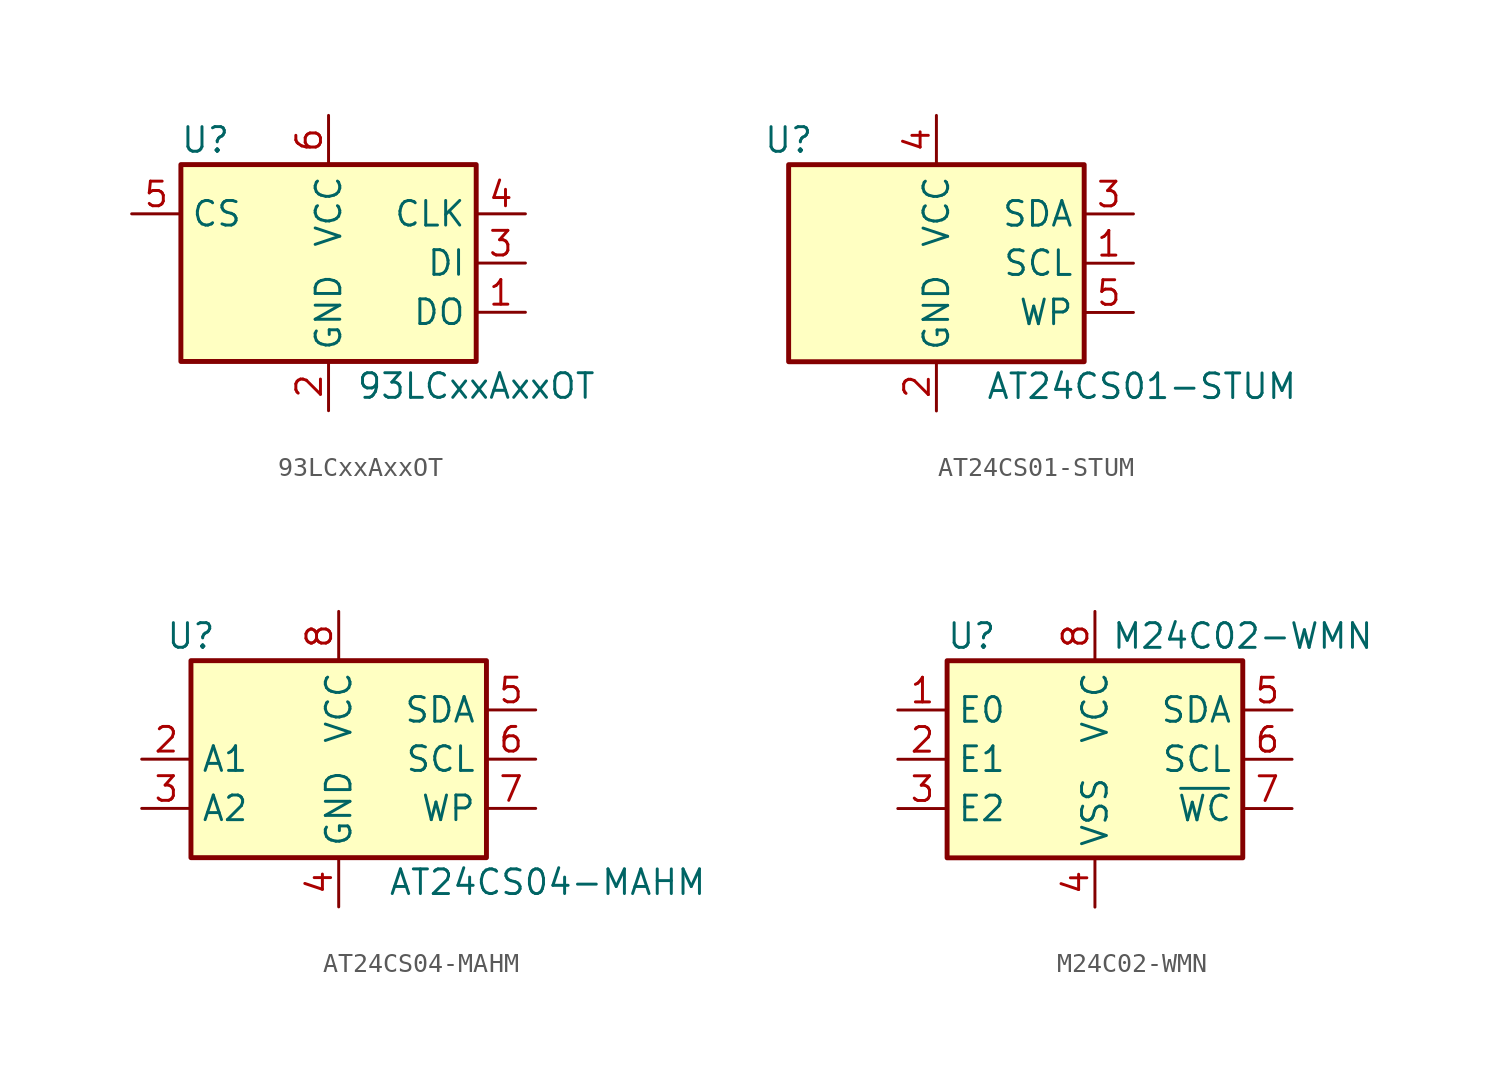
<source format=kicad_sym>
(kicad_symbol_lib
  (version 20201005)
  (generator kicad_symbol_editor)
  (symbol "Memory_EEPROM:93LCxxAxxOT"
    (property "Reference" "U"
      (at -6.35 6.35 0)
      (effects (font (size 1.27 1.27))))
    (property "Value" "93LCxxAxxOT"
      (at 7.62 -6.35 0)
      (effects (font (size 1.27 1.27))))
    (symbol "93LCxxAxxOT_0_1"
      (rectangle (start -7.62 5.08) (end 7.62 -5.08) (stroke (width 0.254)) (fill (type background))))
    (symbol "93LCxxAxxOT_1_1"
      (pin tri_state line (at 10.16 -2.54 180) (length 2.54) (name "DO" (effects (font (size 1.27 1.27)))) (number "1" (effects (font (size 1.27 1.27)))))
      (pin power_in line (at 0 -7.62 90) (length 2.54) (name "GND" (effects (font (size 1.27 1.27)))) (number "2" (effects (font (size 1.27 1.27)))))
      (pin input line (at 10.16 0 180) (length 2.54) (name "DI" (effects (font (size 1.27 1.27)))) (number "3" (effects (font (size 1.27 1.27)))))
      (pin input line (at 10.16 2.54 180) (length 2.54) (name "CLK" (effects (font (size 1.27 1.27)))) (number "4" (effects (font (size 1.27 1.27)))))
      (pin input line (at -10.16 2.54 0) (length 2.54) (name "CS" (effects (font (size 1.27 1.27)))) (number "5" (effects (font (size 1.27 1.27)))))
      (pin power_in line (at 0 7.62 270) (length 2.54) (name "VCC" (effects (font (size 1.27 1.27)))) (number "6" (effects (font (size 1.27 1.27)))))))
  (symbol "Memory_EEPROM:AT24CS01-STUM"
    (property "Reference" "U"
      (at -7.62 6.35 0)
      (effects (font (size 1.27 1.27))))
    (property "Value" "AT24CS01-STUM"
      (at 2.54 -6.35 0)
      (effects (font (size 1.27 1.27)) (justify left)))
    (symbol "AT24CS01-STUM_1_1"
      (rectangle (start -7.62 5.08) (end 7.62 -5.08) (stroke (width 0.254)) (fill (type background)))
      (pin input line (at 10.16 0 180) (length 2.54) (name "SCL" (effects (font (size 1.27 1.27)))) (number "1" (effects (font (size 1.27 1.27)))))
      (pin power_in line (at 0 -7.62 90) (length 2.54) (name "GND" (effects (font (size 1.27 1.27)))) (number "2" (effects (font (size 1.27 1.27)))))
      (pin bidirectional line (at 10.16 2.54 180) (length 2.54) (name "SDA" (effects (font (size 1.27 1.27)))) (number "3" (effects (font (size 1.27 1.27)))))
      (pin power_in line (at 0 7.62 270) (length 2.54) (name "VCC" (effects (font (size 1.27 1.27)))) (number "4" (effects (font (size 1.27 1.27)))))
      (pin input line (at 10.16 -2.54 180) (length 2.54) (name "WP" (effects (font (size 1.27 1.27)))) (number "5" (effects (font (size 1.27 1.27)))))))
  (symbol "Memory_EEPROM:AT24CS04-MAHM"
    (property "Reference" "U"
      (at -7.62 6.35 0)
      (effects (font (size 1.27 1.27))))
    (property "Value" "AT24CS04-MAHM"
      (at 2.54 -6.35 0)
      (effects (font (size 1.27 1.27)) (justify left)))
    (symbol "AT24CS04-MAHM_1_1"
      (rectangle (start -7.62 5.08) (end 7.62 -5.08) (stroke (width 0.254)) (fill (type background)))
      (pin input line (at -10.16 0 0) (length 2.54) (name "A1" (effects (font (size 1.27 1.27)))) (number "2" (effects (font (size 1.27 1.27)))))
      (pin input line (at -10.16 -2.54 0) (length 2.54) (name "A2" (effects (font (size 1.27 1.27)))) (number "3" (effects (font (size 1.27 1.27)))))
      (pin power_in line (at 0 -7.62 90) (length 2.54) (name "GND" (effects (font (size 1.27 1.27)))) (number "4" (effects (font (size 1.27 1.27)))))
      (pin bidirectional line (at 10.16 2.54 180) (length 2.54) (name "SDA" (effects (font (size 1.27 1.27)))) (number "5" (effects (font (size 1.27 1.27)))))
      (pin input line (at 10.16 0 180) (length 2.54) (name "SCL" (effects (font (size 1.27 1.27)))) (number "6" (effects (font (size 1.27 1.27)))))
      (pin input line (at 10.16 -2.54 180) (length 2.54) (name "WP" (effects (font (size 1.27 1.27)))) (number "7" (effects (font (size 1.27 1.27)))))
      (pin power_in line (at 0 7.62 270) (length 2.54) (name "VCC" (effects (font (size 1.27 1.27)))) (number "8" (effects (font (size 1.27 1.27)))))))
  (symbol "Memory_EEPROM:M24C02-WMN"
    (property "Reference" "U"
      (at -6.35 6.35 0)
      (effects (font (size 1.27 1.27))))
    (property "Value" "M24C02-WMN"
      (at 7.62 6.35 0)
      (effects (font (size 1.27 1.27))))
    (symbol "M24C02-WMN_0_1"
      (rectangle (start -7.62 5.08) (end 7.62 -5.08) (stroke (width 0.254)) (fill (type background))))
    (symbol "M24C02-WMN_1_1"
      (pin input line (at -10.16 2.54 0) (length 2.54) (name "E0" (effects (font (size 1.27 1.27)))) (number "1" (effects (font (size 1.27 1.27)))))
      (pin input line (at -10.16 0 0) (length 2.54) (name "E1" (effects (font (size 1.27 1.27)))) (number "2" (effects (font (size 1.27 1.27)))))
      (pin input line (at -10.16 -2.54 0) (length 2.54) (name "E2" (effects (font (size 1.27 1.27)))) (number "3" (effects (font (size 1.27 1.27)))))
      (pin power_in line (at 0 -7.62 90) (length 2.54) (name "VSS" (effects (font (size 1.27 1.27)))) (number "4" (effects (font (size 1.27 1.27)))))
      (pin bidirectional line (at 10.16 2.54 180) (length 2.54) (name "SDA" (effects (font (size 1.27 1.27)))) (number "5" (effects (font (size 1.27 1.27)))))
      (pin input line (at 10.16 0 180) (length 2.54) (name "SCL" (effects (font (size 1.27 1.27)))) (number "6" (effects (font (size 1.27 1.27)))))
      (pin input line (at 10.16 -2.54 180) (length 2.54) (name "~WC" (effects (font (size 1.27 1.27)))) (number "7" (effects (font (size 1.27 1.27)))))
      (pin power_in line (at 0 7.62 270) (length 2.54) (name "VCC" (effects (font (size 1.27 1.27)))) (number "8" (effects (font (size 1.27 1.27))))))))
</source>
